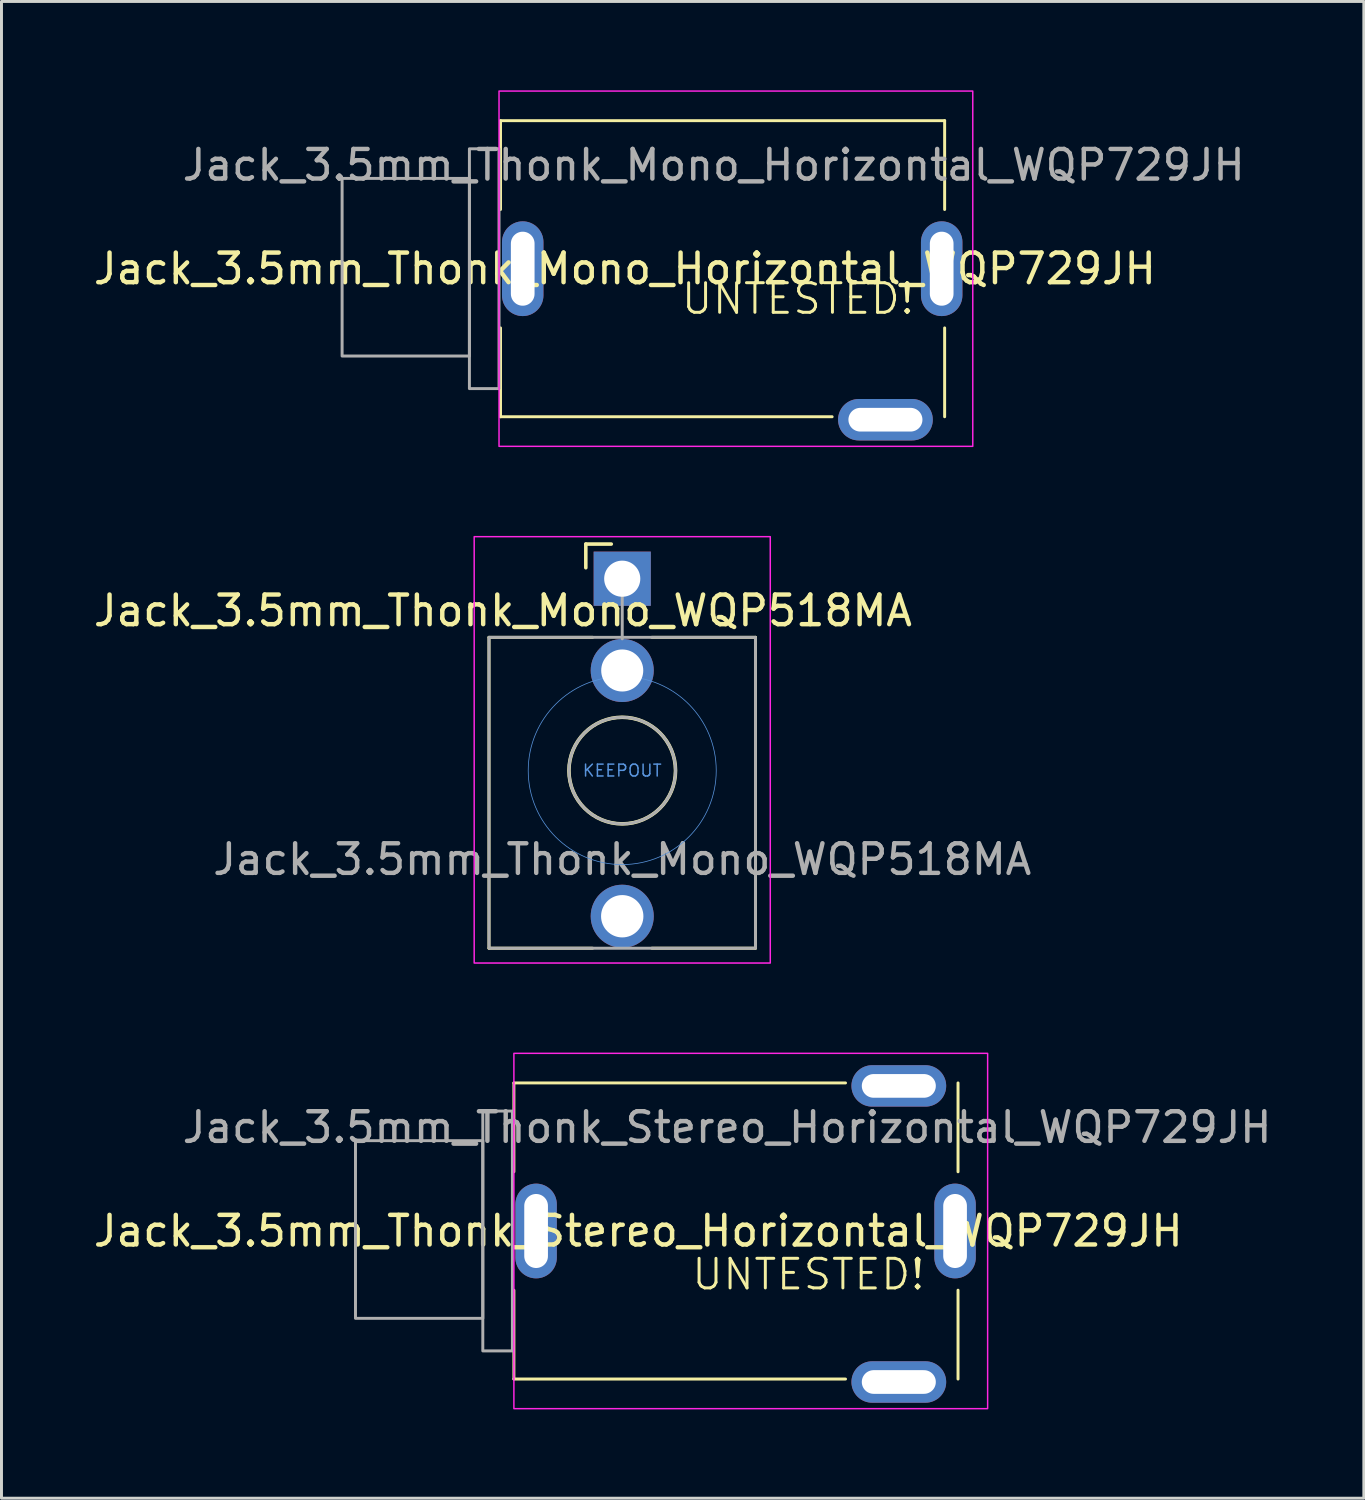
<source format=kicad_pcb>
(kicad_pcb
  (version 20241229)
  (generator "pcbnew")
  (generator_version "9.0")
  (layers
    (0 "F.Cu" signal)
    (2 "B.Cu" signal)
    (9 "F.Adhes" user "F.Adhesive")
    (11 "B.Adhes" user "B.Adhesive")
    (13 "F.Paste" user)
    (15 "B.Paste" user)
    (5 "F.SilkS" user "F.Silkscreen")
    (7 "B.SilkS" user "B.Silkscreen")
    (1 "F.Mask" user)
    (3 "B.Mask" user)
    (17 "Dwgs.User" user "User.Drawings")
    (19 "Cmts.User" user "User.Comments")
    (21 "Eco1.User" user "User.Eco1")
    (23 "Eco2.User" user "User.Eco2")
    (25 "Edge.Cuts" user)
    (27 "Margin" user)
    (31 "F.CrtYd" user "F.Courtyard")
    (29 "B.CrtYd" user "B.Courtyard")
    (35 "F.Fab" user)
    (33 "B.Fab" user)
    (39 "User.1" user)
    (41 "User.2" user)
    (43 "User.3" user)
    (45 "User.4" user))
  (footprint "Jack_3.5mm_Thonk_Mono_WQP518MA"
    (layer "F.Cu")
    (at 17.965 22.975)
    (property "Reference" "Jack_3.5mm_Thonk_Mono_WQP518MA" (at -4.03 -5.4 180) (layer "F.SilkS") (effects (font (size 1 1) (thickness 0.15))))
    (attr through_hole)
    (fp_line (start -4.5 -4.5) (end -1 -4.5) (stroke (width 0.1) (type default)) (layer "F.SilkS"))
    (fp_line (start -4.5 6) (end -4.5 -4.5) (stroke (width 0.1) (type default)) (layer "F.SilkS"))
    (fp_line (start -4.5 6) (end -1 6) (stroke (width 0.1) (type default)) (layer "F.SilkS"))
    (fp_line (start -1.23 -7.65) (end -1.23 -6.85) (stroke (width 0.12) (type solid)) (layer "F.SilkS"))
    (fp_line (start -1.23 -7.65) (end -0.37 -7.65) (stroke (width 0.12) (type solid)) (layer "F.SilkS"))
    (fp_line (start 1 -4.5) (end 4.5 -4.5) (stroke (width 0.1) (type default)) (layer "F.SilkS"))
    (fp_line (start 1 6) (end 4.5 6) (stroke (width 0.1) (type default)) (layer "F.SilkS"))
    (fp_line (start 4.5 -4.5) (end 4.5 6) (stroke (width 0.1) (type default)) (layer "F.SilkS"))
    (fp_circle (center 0 0) (end 1.8 0) (stroke (width 0.12) (type solid)) (fill no) (layer "F.SilkS"))
    (fp_circle (center 0 0) (end 3.175 0) (stroke (width 0.025) (type solid)) (fill no) (layer "Cmts.User"))
    (fp_rect (start -5 -7.9) (end 5 6.5) (stroke (width 0.05) (type solid)) (fill no) (layer "F.CrtYd"))
    (fp_line (start 0 -6.48) (end 0 -4.45) (stroke (width 0.1) (type solid)) (layer "F.Fab"))
    (fp_rect (start -4.5 -4.5) (end 4.5 6) (stroke (width 0.1) (type default)) (fill no) (layer "F.Fab"))
    (fp_circle (center 0 0) (end 1.8 0) (stroke (width 0.1) (type solid)) (fill no) (layer "F.Fab"))
    (fp_text user "KEEPOUT" (at 0 0 0) (layer "Cmts.User") (effects (font (size 0.4 0.4) (thickness 0.051))))
    (fp_text user "${REFERENCE}" (at 0 3 180) (layer "F.Fab") (effects (font (size 1 1) (thickness 0.15))))
    (pad "S" thru_hole rect (at 0 -6.48 180) (size 1.93 1.83) (drill 1.22) (layers "*.Cu" "*.Mask"))
    (pad "T" thru_hole circle (at 0 4.92 180) (size 2.13 2.13) (drill 1.43) (layers "*.Cu" "*.Mask"))
    (pad "TN" thru_hole circle (at 0 -3.38 180) (size 2.13 2.13) (drill 1.42) (layers "*.Cu" "*.Mask"))
    (zone (net_name "") (layer "F.Cu") (hatch full 0.508) (connect_pads) (min_thickness 0.254) (filled_areas_thickness no) (keepout (tracks not_allowed) (vias not_allowed) (pads not_allowed) (copperpour not_allowed) (footprints not_allowed)) (placement (enabled no)) (fill) (polygon (pts (xy 19.47 22.975) (xy 19.449 22.729) (xy 19.389 22.49) (xy 19.291 22.264) (xy 19.157 22.057) (xy 18.991 21.874) (xy 18.797 21.721) (xy 18.582 21.602) (xy 18.349 21.52) (xy 18.106 21.477) (xy 17.86 21.474) (xy 17.616 21.511) (xy 17.381 21.587) (xy 17.162 21.701) (xy 16.965 21.849) (xy 16.795 22.028) (xy 16.656 22.232) (xy 16.552 22.455) (xy 16.486 22.693) (xy 16.46 22.938) (xy 16.474 23.184) (xy 16.528 23.425) (xy 16.621 23.654) (xy 16.75 23.864) (xy 16.911 24.05) (xy 17.101 24.208) (xy 17.314 24.332) (xy 17.545 24.42) (xy 17.786 24.47) (xy 18.033 24.479) (xy 18.277 24.447) (xy 18.514 24.376) (xy 18.735 24.268) (xy 18.936 24.125) (xy 19.111 23.951) (xy 19.255 23.75) (xy 19.364 23.529) (xy 19.436 23.293) (xy 19.468 23.049)))))
  (footprint "Jack_3.5mm_Thonk_Mono_Horizontal_WQP729JH"
    (layer "F.Cu")
    (at 13.854 6.025)
    (property "Reference" "Jack_3.5mm_Thonk_Mono_Horizontal_WQP729JH" (at 4.2 0 180) (layer "F.SilkS") (effects (font (size 1 1) (thickness 0.15))))
    (attr through_hole)
    (fp_line (start 0 -5) (end 15 -5) (stroke (width 0.1) (type default)) (layer "F.SilkS"))
    (fp_line (start 0 -2) (end 0 -5) (stroke (width 0.1) (type default)) (layer "F.SilkS"))
    (fp_line (start 0 5) (end 0 2) (stroke (width 0.1) (type default)) (layer "F.SilkS"))
    (fp_line (start 11.2 5) (end 0 5) (stroke (width 0.1) (type default)) (layer "F.SilkS"))
    (fp_line (start 15 -2) (end 15 -5) (stroke (width 0.1) (type default)) (layer "F.SilkS"))
    (fp_line (start 15 5) (end 15 2) (stroke (width 0.1) (type default)) (layer "F.SilkS"))
    (fp_rect (start -0.05 -6) (end 15.95 6) (stroke (width 0.05) (type solid)) (fill no) (layer "F.CrtYd"))
    (fp_rect (start -5.35 -3.05) (end -1.05 2.95) (stroke (width 0.1) (type default)) (fill no) (layer "F.Fab"))
    (fp_rect (start -1.05 -4.05) (end -0.05 4.05) (stroke (width 0.1) (type default)) (fill no) (layer "F.Fab"))
    (fp_text user "UNTESTED!" (at 6.05 1.6 0) (unlocked yes) (layer "F.SilkS") (effects (font (size 1 1) (thickness 0.1)) (justify left bottom)))
    (fp_text user "${REFERENCE}" (at 7.2 -3.5 180) (layer "F.Fab") (effects (font (size 1 1) (thickness 0.15))))
    (pad "S" thru_hole oval (at 0.75 0) (size 1.4 3.2) (drill oval 0.8 2.5) (layers "*.Cu" "*.Mask"))
    (pad "T" thru_hole oval (at 14.9 0 180) (size 1.4 3.2) (drill oval 0.8 2.5) (layers "*.Cu" "*.Mask"))
    (pad "TN" thru_hole oval (at 13 5.1 90) (size 1.4 3.2) (drill oval 0.8 2.5) (layers "*.Cu" "*.Mask")))
  (footprint "Jack_3.5mm_Thonk_Stereo_Horizontal_WQP729JH"
    (layer "F.Cu")
    (at 14.306 38.525)
    (property "Reference" "Jack_3.5mm_Thonk_Stereo_Horizontal_WQP729JH" (at 4.2 0 180) (layer "F.SilkS") (effects (font (size 1 1) (thickness 0.15))))
    (attr through_hole)
    (fp_line (start 0 -2) (end 0 -5) (stroke (width 0.1) (type default)) (layer "F.SilkS"))
    (fp_line (start 0 5) (end 0 2) (stroke (width 0.1) (type default)) (layer "F.SilkS"))
    (fp_line (start 11.2 -5) (end 0 -5) (stroke (width 0.1) (type default)) (layer "F.SilkS"))
    (fp_line (start 11.2 5) (end 0 5) (stroke (width 0.1) (type default)) (layer "F.SilkS"))
    (fp_line (start 15 -2) (end 15 -5) (stroke (width 0.1) (type default)) (layer "F.SilkS"))
    (fp_line (start 15 5) (end 15 2) (stroke (width 0.1) (type default)) (layer "F.SilkS"))
    (fp_rect (start 0 -6) (end 16 6) (stroke (width 0.05) (type solid)) (fill no) (layer "F.CrtYd"))
    (fp_rect (start -5.35 -3.05) (end -1.05 2.95) (stroke (width 0.1) (type default)) (fill no) (layer "F.Fab"))
    (fp_rect (start -1.05 -4.05) (end -0.05 4.05) (stroke (width 0.1) (type default)) (fill no) (layer "F.Fab"))
    (fp_text user "UNTESTED!" (at 5.95 2.05 0) (unlocked yes) (layer "F.SilkS") (effects (font (size 1 1) (thickness 0.1)) (justify left bottom)))
    (fp_text user "${REFERENCE}" (at 7.2 -3.5 180) (layer "F.Fab") (effects (font (size 1 1) (thickness 0.15))))
    (pad "R" thru_hole oval (at 13 -4.9 90) (size 1.4 3.2) (drill oval 0.8 2.5) (layers "*.Cu" "*.Mask"))
    (pad "S" thru_hole oval (at 0.75 0) (size 1.4 3.2) (drill oval 0.8 2.5) (layers "*.Cu" "*.Mask"))
    (pad "T" thru_hole oval (at 14.9 0 180) (size 1.4 3.2) (drill oval 0.8 2.5) (layers "*.Cu" "*.Mask"))
    (pad "TN" thru_hole oval (at 13 5.1 90) (size 1.4 3.2) (drill oval 0.8 2.5) (layers "*.Cu" "*.Mask")))
  (gr_rect
    (start -3 -3)
    (end 43.012 47.55)
    (stroke (width 0.1) (type default))
    (fill no)
    (layer "Edge.Cuts")))
</source>
